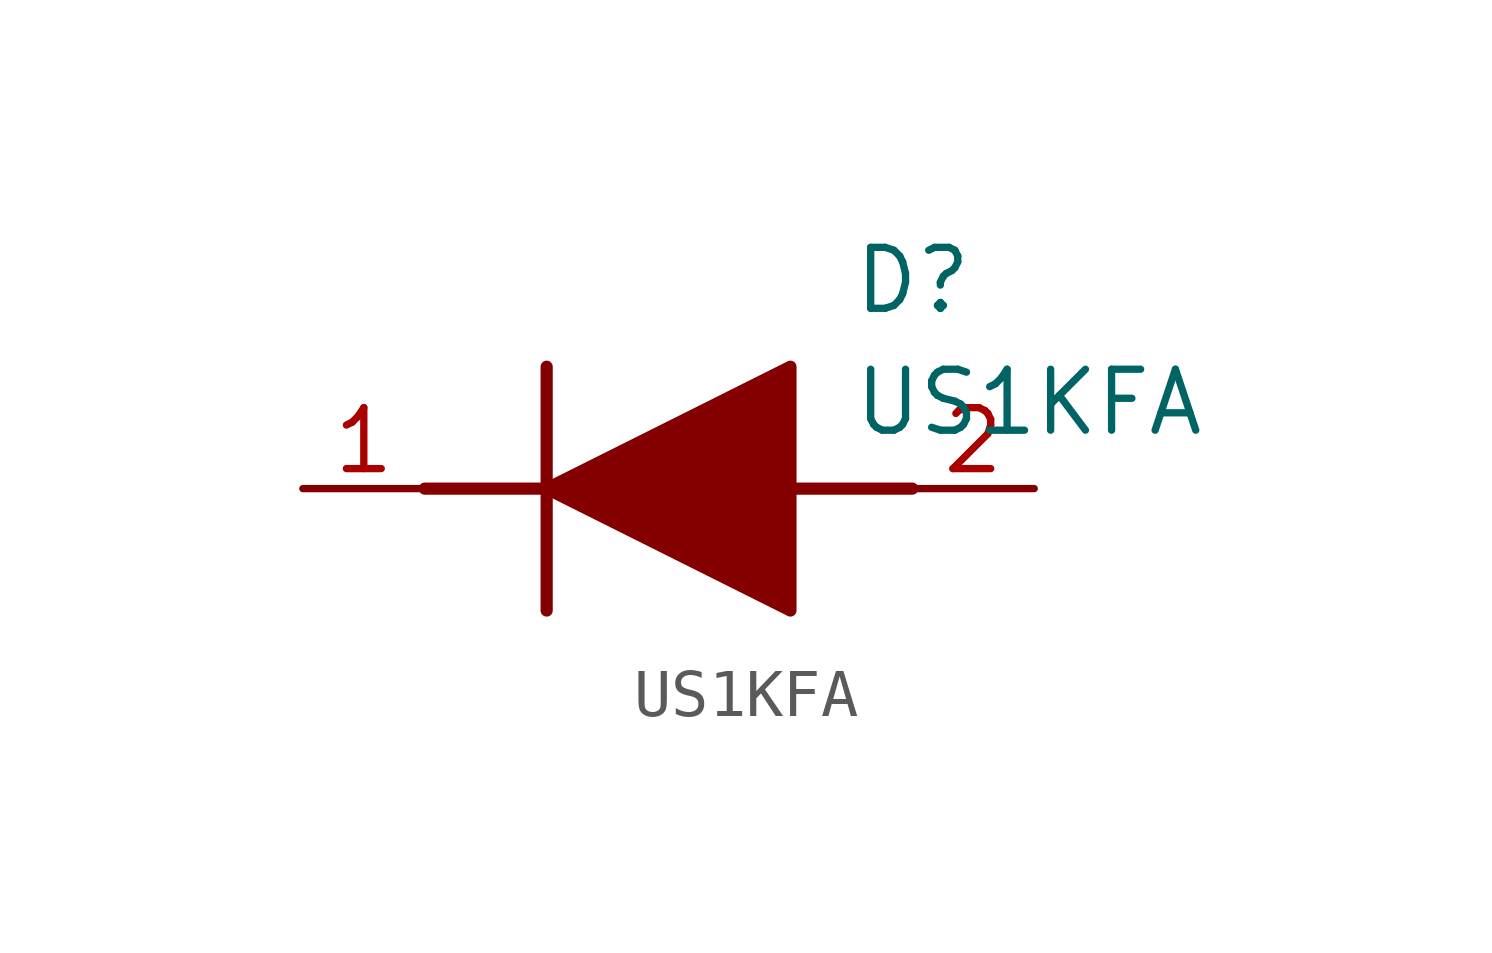
<source format=kicad_sym>
(kicad_symbol_lib
  (version 20211014)
  (generator SamacSys_ECAD_Model)
  (symbol "US1KFA"
    (pin_names hide)
    (property "Reference" "D"
      (at 11.43 5.08 0)
      (effects (font (size 1.27 1.27)) (justify left top)))
    (property "Value" "US1KFA"
      (at 11.43 2.54 0)
      (effects (font (size 1.27 1.27)) (justify left top)))
    (polyline
      (pts (xy 5.08 2.54) (xy 5.08 -2.54))
      (stroke (width 0.254) (type default))
      (fill (type none)))
    (polyline
      (pts (xy 2.54 0) (xy 5.08 0))
      (stroke (width 0.254) (type default))
      (fill (type none)))
    (polyline
      (pts (xy 10.16 0) (xy 12.7 0))
      (stroke (width 0.254) (type default))
      (fill (type none)))
    (polyline
      (pts (xy 5.08 0) (xy 10.16 2.54) (xy 10.16 -2.54) (xy 5.08 0))
      (stroke (width 0.254) (type default))
      (fill (type outline)))
    (pin passive line
      (at 0 0 0)
      (length 2.54)
      (name "K" (effects (font (size 1.27 1.27))))
      (number "1" (effects (font (size 1.27 1.27)))))
    (pin passive line
      (at 15.24 0 180)
      (length 2.54)
      (name "A" (effects (font (size 1.27 1.27))))
      (number "2" (effects (font (size 1.27 1.27)))))))
</source>
